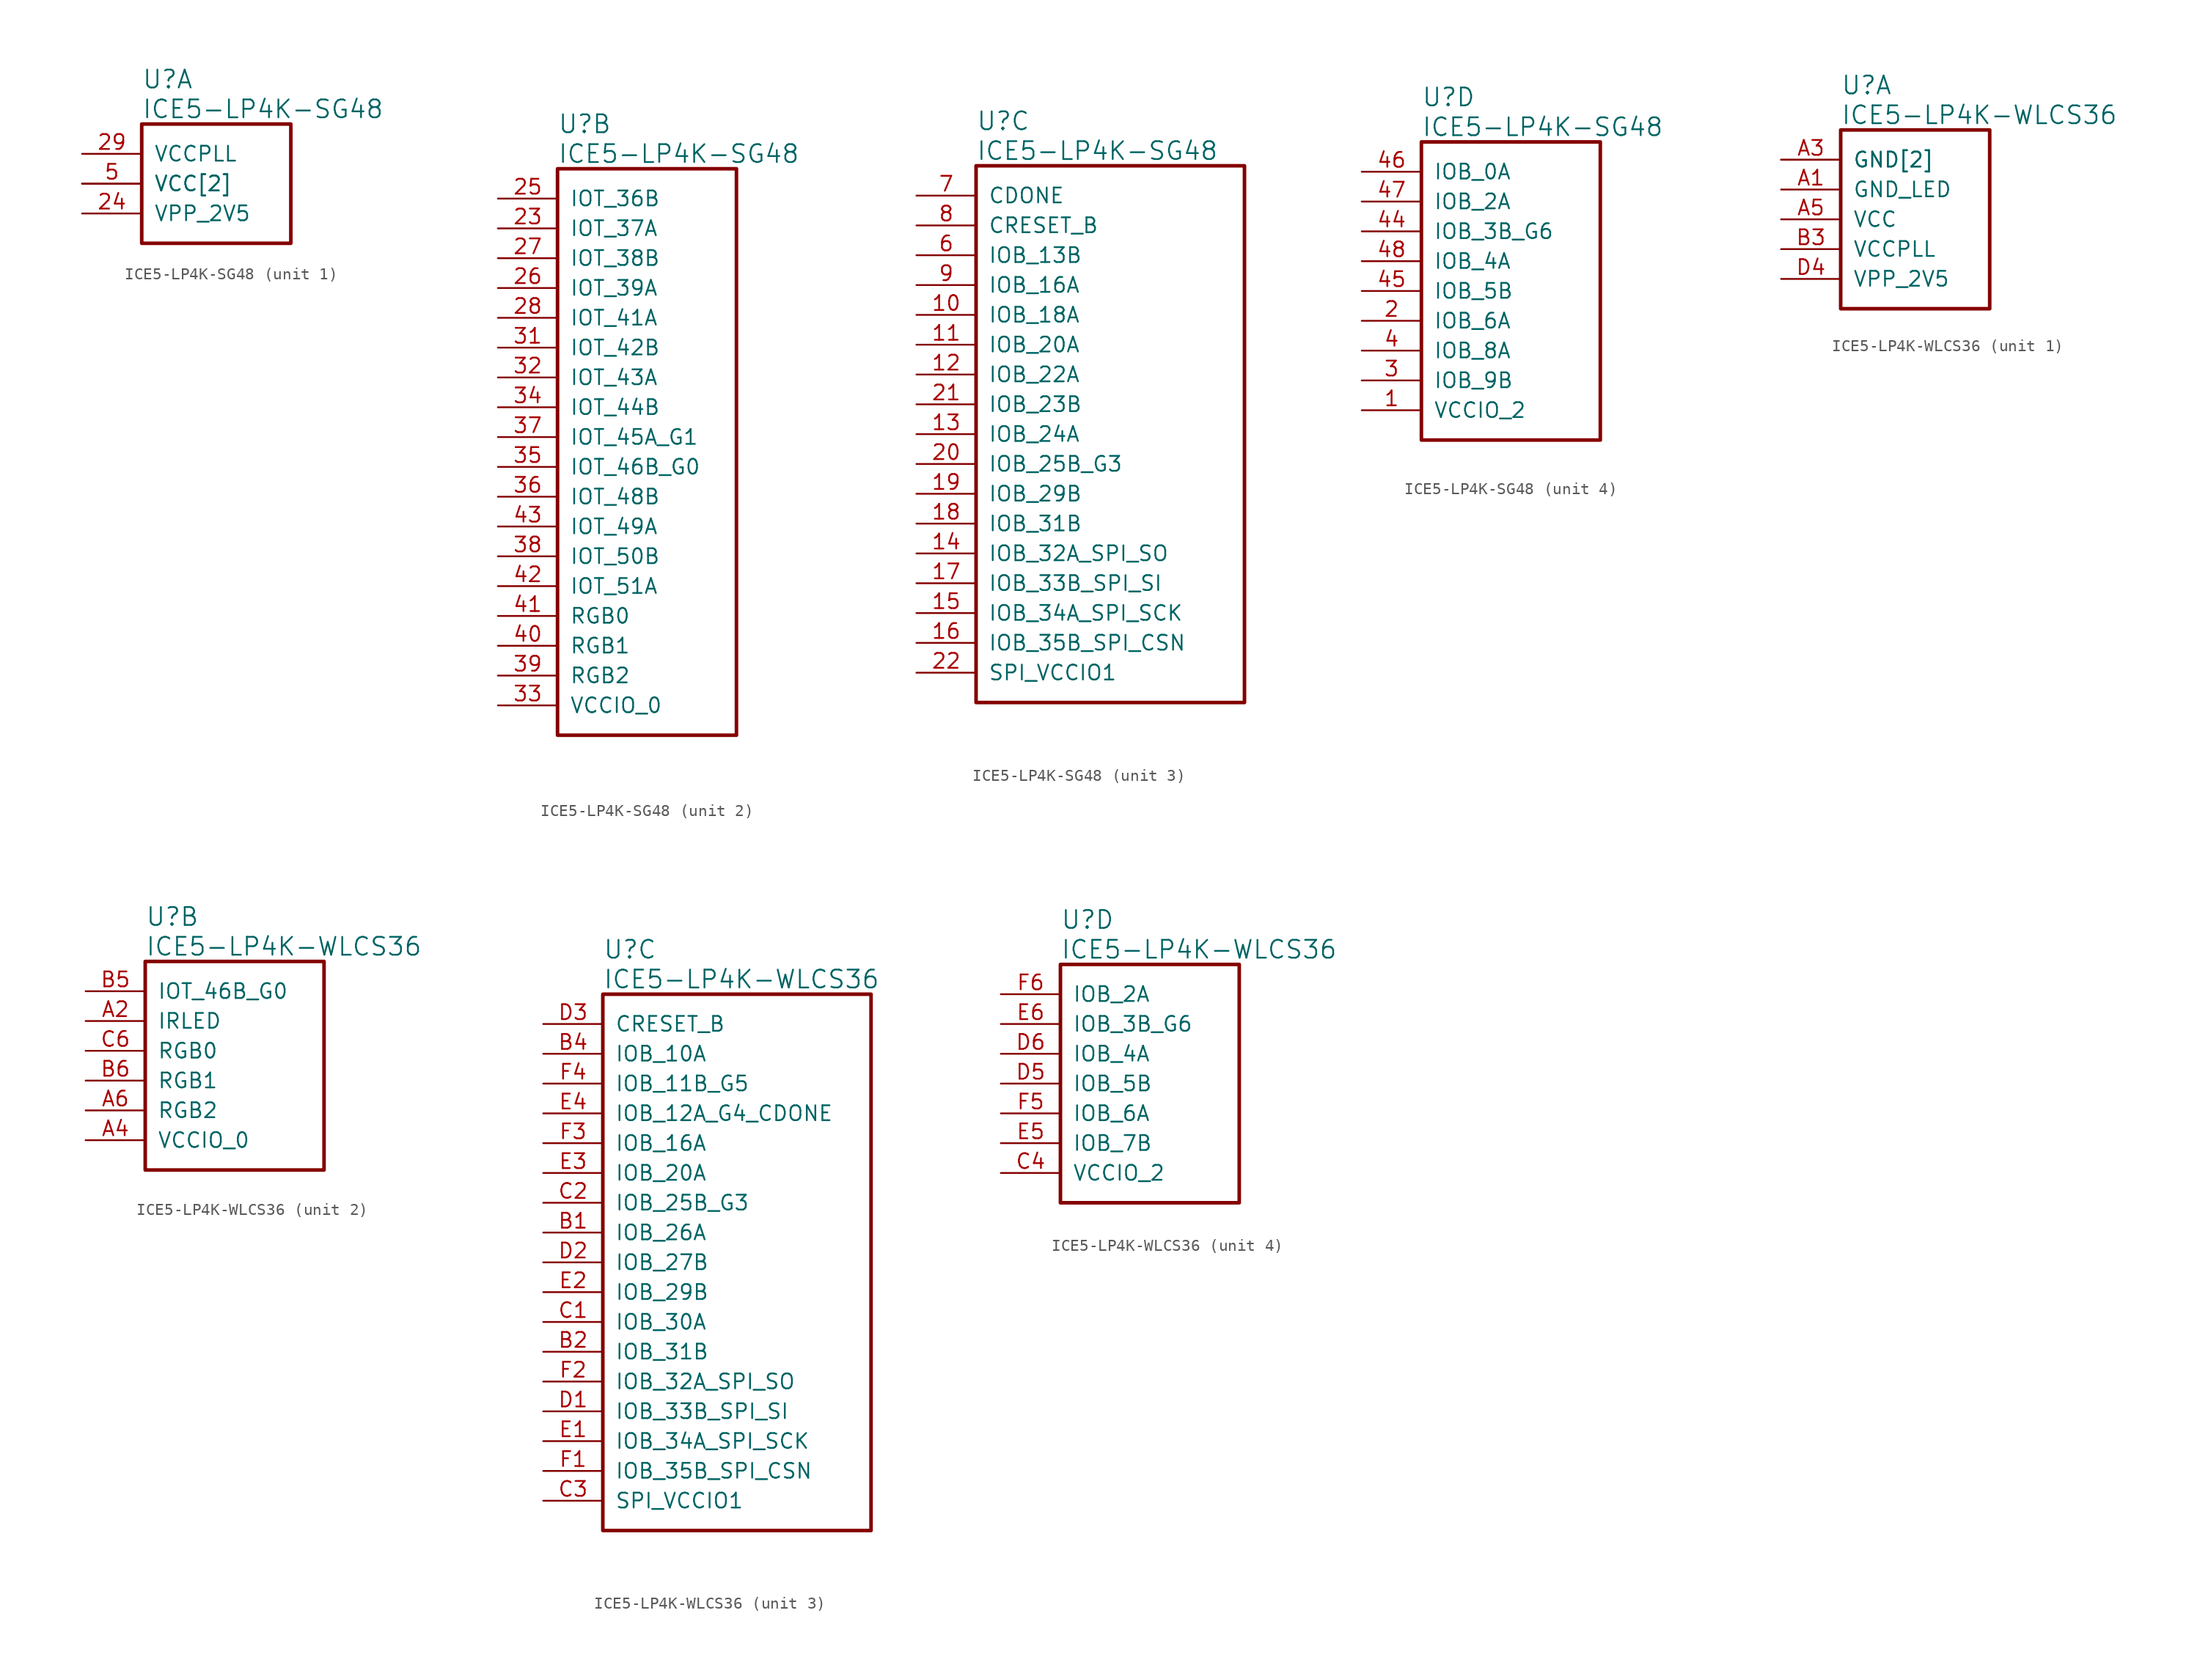
<source format=kicad_sym>
(kicad_symbol_lib
  (version 20241209)
  (generator "kicad_symbol_editor")
  (generator_version "9.0")
  (symbol "ICE5-LP4K-SG48"
    (pin_names
      (offset 1.016))
    (property "Reference" "U"
      (at 5.08 6.35 0)
      (effects (font (size 1.524 1.524)) (justify left)))
    (property "Value" "ICE5-LP4K-SG48"
      (at 5.08 3.81 0)
      (effects (font (size 1.524 1.524)) (justify left)))
    (property "ki_locked" ""
      (at 0 0 0)
      (effects (font (size 1.27 1.27))))
    (symbol "ICE5-LP4K-SG48_1_1"
      (rectangle (start 5.08 2.54) (end 17.78 -7.62) (stroke (width 0.305) (type solid)) (fill (type none)))
      (pin power_in line (at 0 0 0) (length 5.08) (name "VCCPLL" (effects (font (size 1.27 1.27)))) (number "29" (effects (font (size 1.27 1.27)))))
      (pin power_in line (at 0 -2.54 0) (length 5.08) (name "VCC[2]" (effects (font (size 1.27 1.27)))) (number "30" (effects (font (size 0 0)))))
      (pin power_in line (at 0 -2.54 0) (length 5.08) (name "VCC[2]" (effects (font (size 1.27 1.27)))) (number "5" (effects (font (size 1.27 1.27)))))
      (pin power_in line (at 0 -5.08 0) (length 5.08) (name "VPP_2V5" (effects (font (size 1.27 1.27)))) (number "24" (effects (font (size 1.27 1.27))))))
    (symbol "ICE5-LP4K-SG48_2_1"
      (rectangle (start 5.08 2.54) (end 20.32 -45.72) (stroke (width 0.305) (type solid)) (fill (type none)))
      (pin bidirectional line (at 0 0 0) (length 5.08) (name "IOT_36B" (effects (font (size 1.27 1.27)))) (number "25" (effects (font (size 1.27 1.27)))))
      (pin bidirectional line (at 0 -2.54 0) (length 5.08) (name "IOT_37A" (effects (font (size 1.27 1.27)))) (number "23" (effects (font (size 1.27 1.27)))))
      (pin bidirectional line (at 0 -5.08 0) (length 5.08) (name "IOT_38B" (effects (font (size 1.27 1.27)))) (number "27" (effects (font (size 1.27 1.27)))))
      (pin bidirectional line (at 0 -7.62 0) (length 5.08) (name "IOT_39A" (effects (font (size 1.27 1.27)))) (number "26" (effects (font (size 1.27 1.27)))))
      (pin bidirectional line (at 0 -10.16 0) (length 5.08) (name "IOT_41A" (effects (font (size 1.27 1.27)))) (number "28" (effects (font (size 1.27 1.27)))))
      (pin bidirectional line (at 0 -12.7 0) (length 5.08) (name "IOT_42B" (effects (font (size 1.27 1.27)))) (number "31" (effects (font (size 1.27 1.27)))))
      (pin bidirectional line (at 0 -15.24 0) (length 5.08) (name "IOT_43A" (effects (font (size 1.27 1.27)))) (number "32" (effects (font (size 1.27 1.27)))))
      (pin bidirectional line (at 0 -17.78 0) (length 5.08) (name "IOT_44B" (effects (font (size 1.27 1.27)))) (number "34" (effects (font (size 1.27 1.27)))))
      (pin bidirectional line (at 0 -20.32 0) (length 5.08) (name "IOT_45A_G1" (effects (font (size 1.27 1.27)))) (number "37" (effects (font (size 1.27 1.27)))))
      (pin bidirectional line (at 0 -22.86 0) (length 5.08) (name "IOT_46B_G0" (effects (font (size 1.27 1.27)))) (number "35" (effects (font (size 1.27 1.27)))))
      (pin bidirectional line (at 0 -25.4 0) (length 5.08) (name "IOT_48B" (effects (font (size 1.27 1.27)))) (number "36" (effects (font (size 1.27 1.27)))))
      (pin bidirectional line (at 0 -27.94 0) (length 5.08) (name "IOT_49A" (effects (font (size 1.27 1.27)))) (number "43" (effects (font (size 1.27 1.27)))))
      (pin bidirectional line (at 0 -30.48 0) (length 5.08) (name "IOT_50B" (effects (font (size 1.27 1.27)))) (number "38" (effects (font (size 1.27 1.27)))))
      (pin bidirectional line (at 0 -33.02 0) (length 5.08) (name "IOT_51A" (effects (font (size 1.27 1.27)))) (number "42" (effects (font (size 1.27 1.27)))))
      (pin bidirectional line (at 0 -35.56 0) (length 5.08) (name "RGB0" (effects (font (size 1.27 1.27)))) (number "41" (effects (font (size 1.27 1.27)))))
      (pin bidirectional line (at 0 -38.1 0) (length 5.08) (name "RGB1" (effects (font (size 1.27 1.27)))) (number "40" (effects (font (size 1.27 1.27)))))
      (pin bidirectional line (at 0 -40.64 0) (length 5.08) (name "RGB2" (effects (font (size 1.27 1.27)))) (number "39" (effects (font (size 1.27 1.27)))))
      (pin power_in line (at 0 -43.18 0) (length 5.08) (name "VCCIO_0" (effects (font (size 1.27 1.27)))) (number "33" (effects (font (size 1.27 1.27))))))
    (symbol "ICE5-LP4K-SG48_3_1"
      (rectangle (start 5.08 2.54) (end 27.94 -43.18) (stroke (width 0.305) (type solid)) (fill (type none)))
      (pin output line (at 0 0 0) (length 5.08) (name "CDONE" (effects (font (size 1.27 1.27)))) (number "7" (effects (font (size 1.27 1.27)))))
      (pin input line (at 0 -2.54 0) (length 5.08) (name "CRESET_B" (effects (font (size 1.27 1.27)))) (number "8" (effects (font (size 1.27 1.27)))))
      (pin bidirectional line (at 0 -5.08 0) (length 5.08) (name "IOB_13B" (effects (font (size 1.27 1.27)))) (number "6" (effects (font (size 1.27 1.27)))))
      (pin bidirectional line (at 0 -7.62 0) (length 5.08) (name "IOB_16A" (effects (font (size 1.27 1.27)))) (number "9" (effects (font (size 1.27 1.27)))))
      (pin bidirectional line (at 0 -10.16 0) (length 5.08) (name "IOB_18A" (effects (font (size 1.27 1.27)))) (number "10" (effects (font (size 1.27 1.27)))))
      (pin bidirectional line (at 0 -12.7 0) (length 5.08) (name "IOB_20A" (effects (font (size 1.27 1.27)))) (number "11" (effects (font (size 1.27 1.27)))))
      (pin bidirectional line (at 0 -15.24 0) (length 5.08) (name "IOB_22A" (effects (font (size 1.27 1.27)))) (number "12" (effects (font (size 1.27 1.27)))))
      (pin bidirectional line (at 0 -17.78 0) (length 5.08) (name "IOB_23B" (effects (font (size 1.27 1.27)))) (number "21" (effects (font (size 1.27 1.27)))))
      (pin bidirectional line (at 0 -20.32 0) (length 5.08) (name "IOB_24A" (effects (font (size 1.27 1.27)))) (number "13" (effects (font (size 1.27 1.27)))))
      (pin bidirectional line (at 0 -22.86 0) (length 5.08) (name "IOB_25B_G3" (effects (font (size 1.27 1.27)))) (number "20" (effects (font (size 1.27 1.27)))))
      (pin bidirectional line (at 0 -25.4 0) (length 5.08) (name "IOB_29B" (effects (font (size 1.27 1.27)))) (number "19" (effects (font (size 1.27 1.27)))))
      (pin bidirectional line (at 0 -27.94 0) (length 5.08) (name "IOB_31B" (effects (font (size 1.27 1.27)))) (number "18" (effects (font (size 1.27 1.27)))))
      (pin bidirectional line (at 0 -30.48 0) (length 5.08) (name "IOB_32A_SPI_SO" (effects (font (size 1.27 1.27)))) (number "14" (effects (font (size 1.27 1.27)))))
      (pin bidirectional line (at 0 -33.02 0) (length 5.08) (name "IOB_33B_SPI_SI" (effects (font (size 1.27 1.27)))) (number "17" (effects (font (size 1.27 1.27)))))
      (pin bidirectional line (at 0 -35.56 0) (length 5.08) (name "IOB_34A_SPI_SCK" (effects (font (size 1.27 1.27)))) (number "15" (effects (font (size 1.27 1.27)))))
      (pin bidirectional line (at 0 -38.1 0) (length 5.08) (name "IOB_35B_SPI_CSN" (effects (font (size 1.27 1.27)))) (number "16" (effects (font (size 1.27 1.27)))))
      (pin power_in line (at 0 -40.64 0) (length 5.08) (name "SPI_VCCIO1" (effects (font (size 1.27 1.27)))) (number "22" (effects (font (size 1.27 1.27))))))
    (symbol "ICE5-LP4K-SG48_4_1"
      (rectangle (start 5.08 2.54) (end 20.32 -22.86) (stroke (width 0.305) (type solid)) (fill (type none)))
      (pin bidirectional line (at 0 0 0) (length 5.08) (name "IOB_0A" (effects (font (size 1.27 1.27)))) (number "46" (effects (font (size 1.27 1.27)))))
      (pin bidirectional line (at 0 -2.54 0) (length 5.08) (name "IOB_2A" (effects (font (size 1.27 1.27)))) (number "47" (effects (font (size 1.27 1.27)))))
      (pin bidirectional line (at 0 -5.08 0) (length 5.08) (name "IOB_3B_G6" (effects (font (size 1.27 1.27)))) (number "44" (effects (font (size 1.27 1.27)))))
      (pin bidirectional line (at 0 -7.62 0) (length 5.08) (name "IOB_4A" (effects (font (size 1.27 1.27)))) (number "48" (effects (font (size 1.27 1.27)))))
      (pin bidirectional line (at 0 -10.16 0) (length 5.08) (name "IOB_5B" (effects (font (size 1.27 1.27)))) (number "45" (effects (font (size 1.27 1.27)))))
      (pin bidirectional line (at 0 -12.7 0) (length 5.08) (name "IOB_6A" (effects (font (size 1.27 1.27)))) (number "2" (effects (font (size 1.27 1.27)))))
      (pin bidirectional line (at 0 -15.24 0) (length 5.08) (name "IOB_8A" (effects (font (size 1.27 1.27)))) (number "4" (effects (font (size 1.27 1.27)))))
      (pin bidirectional line (at 0 -17.78 0) (length 5.08) (name "IOB_9B" (effects (font (size 1.27 1.27)))) (number "3" (effects (font (size 1.27 1.27)))))
      (pin power_in line (at 0 -20.32 0) (length 5.08) (name "VCCIO_2" (effects (font (size 1.27 1.27)))) (number "1" (effects (font (size 1.27 1.27)))))))
  (symbol "ICE5-LP4K-WLCS36"
    (pin_names
      (offset 1.016))
    (property "Reference" "U"
      (at 5.08 6.35 0)
      (effects (font (size 1.524 1.524)) (justify left)))
    (property "Value" "ICE5-LP4K-WLCS36"
      (at 5.08 3.81 0)
      (effects (font (size 1.524 1.524)) (justify left)))
    (property "ki_locked" ""
      (at 0 0 0)
      (effects (font (size 1.27 1.27))))
    (symbol "ICE5-LP4K-WLCS36_1_1"
      (rectangle (start 5.08 2.54) (end 17.78 -12.7) (stroke (width 0.305) (type solid)) (fill (type none)))
      (pin power_in line (at 0 0 0) (length 5.08) (name "GND[2]" (effects (font (size 1.27 1.27)))) (number "A3" (effects (font (size 1.27 1.27)))))
      (pin power_in line (at 0 0 0) (length 5.08) (name "GND[2]" (effects (font (size 1.27 1.27)))) (number "C5" (effects (font (size 0 0)))))
      (pin power_in line (at 0 -2.54 0) (length 5.08) (name "GND_LED" (effects (font (size 1.27 1.27)))) (number "A1" (effects (font (size 1.27 1.27)))))
      (pin power_in line (at 0 -5.08 0) (length 5.08) (name "VCC" (effects (font (size 1.27 1.27)))) (number "A5" (effects (font (size 1.27 1.27)))))
      (pin power_in line (at 0 -7.62 0) (length 5.08) (name "VCCPLL" (effects (font (size 1.27 1.27)))) (number "B3" (effects (font (size 1.27 1.27)))))
      (pin power_in line (at 0 -10.16 0) (length 5.08) (name "VPP_2V5" (effects (font (size 1.27 1.27)))) (number "D4" (effects (font (size 1.27 1.27))))))
    (symbol "ICE5-LP4K-WLCS36_2_1"
      (rectangle (start 5.08 2.54) (end 20.32 -15.24) (stroke (width 0.305) (type solid)) (fill (type none)))
      (pin bidirectional line (at 0 0 0) (length 5.08) (name "IOT_46B_G0" (effects (font (size 1.27 1.27)))) (number "B5" (effects (font (size 1.27 1.27)))))
      (pin bidirectional line (at 0 -2.54 0) (length 5.08) (name "IRLED" (effects (font (size 1.27 1.27)))) (number "A2" (effects (font (size 1.27 1.27)))))
      (pin bidirectional line (at 0 -5.08 0) (length 5.08) (name "RGB0" (effects (font (size 1.27 1.27)))) (number "C6" (effects (font (size 1.27 1.27)))))
      (pin bidirectional line (at 0 -7.62 0) (length 5.08) (name "RGB1" (effects (font (size 1.27 1.27)))) (number "B6" (effects (font (size 1.27 1.27)))))
      (pin bidirectional line (at 0 -10.16 0) (length 5.08) (name "RGB2" (effects (font (size 1.27 1.27)))) (number "A6" (effects (font (size 1.27 1.27)))))
      (pin power_in line (at 0 -12.7 0) (length 5.08) (name "VCCIO_0" (effects (font (size 1.27 1.27)))) (number "A4" (effects (font (size 1.27 1.27))))))
    (symbol "ICE5-LP4K-WLCS36_3_1"
      (rectangle (start 5.08 2.54) (end 27.94 -43.18) (stroke (width 0.305) (type solid)) (fill (type none)))
      (pin input line (at 0 0 0) (length 5.08) (name "CRESET_B" (effects (font (size 1.27 1.27)))) (number "D3" (effects (font (size 1.27 1.27)))))
      (pin bidirectional line (at 0 -2.54 0) (length 5.08) (name "IOB_10A" (effects (font (size 1.27 1.27)))) (number "B4" (effects (font (size 1.27 1.27)))))
      (pin bidirectional line (at 0 -5.08 0) (length 5.08) (name "IOB_11B_G5" (effects (font (size 1.27 1.27)))) (number "F4" (effects (font (size 1.27 1.27)))))
      (pin bidirectional line (at 0 -7.62 0) (length 5.08) (name "IOB_12A_G4_CDONE" (effects (font (size 1.27 1.27)))) (number "E4" (effects (font (size 1.27 1.27)))))
      (pin bidirectional line (at 0 -10.16 0) (length 5.08) (name "IOB_16A" (effects (font (size 1.27 1.27)))) (number "F3" (effects (font (size 1.27 1.27)))))
      (pin bidirectional line (at 0 -12.7 0) (length 5.08) (name "IOB_20A" (effects (font (size 1.27 1.27)))) (number "E3" (effects (font (size 1.27 1.27)))))
      (pin bidirectional line (at 0 -15.24 0) (length 5.08) (name "IOB_25B_G3" (effects (font (size 1.27 1.27)))) (number "C2" (effects (font (size 1.27 1.27)))))
      (pin bidirectional line (at 0 -17.78 0) (length 5.08) (name "IOB_26A" (effects (font (size 1.27 1.27)))) (number "B1" (effects (font (size 1.27 1.27)))))
      (pin bidirectional line (at 0 -20.32 0) (length 5.08) (name "IOB_27B" (effects (font (size 1.27 1.27)))) (number "D2" (effects (font (size 1.27 1.27)))))
      (pin bidirectional line (at 0 -22.86 0) (length 5.08) (name "IOB_29B" (effects (font (size 1.27 1.27)))) (number "E2" (effects (font (size 1.27 1.27)))))
      (pin bidirectional line (at 0 -25.4 0) (length 5.08) (name "IOB_30A" (effects (font (size 1.27 1.27)))) (number "C1" (effects (font (size 1.27 1.27)))))
      (pin bidirectional line (at 0 -27.94 0) (length 5.08) (name "IOB_31B" (effects (font (size 1.27 1.27)))) (number "B2" (effects (font (size 1.27 1.27)))))
      (pin bidirectional line (at 0 -30.48 0) (length 5.08) (name "IOB_32A_SPI_SO" (effects (font (size 1.27 1.27)))) (number "F2" (effects (font (size 1.27 1.27)))))
      (pin bidirectional line (at 0 -33.02 0) (length 5.08) (name "IOB_33B_SPI_SI" (effects (font (size 1.27 1.27)))) (number "D1" (effects (font (size 1.27 1.27)))))
      (pin bidirectional line (at 0 -35.56 0) (length 5.08) (name "IOB_34A_SPI_SCK" (effects (font (size 1.27 1.27)))) (number "E1" (effects (font (size 1.27 1.27)))))
      (pin bidirectional line (at 0 -38.1 0) (length 5.08) (name "IOB_35B_SPI_CSN" (effects (font (size 1.27 1.27)))) (number "F1" (effects (font (size 1.27 1.27)))))
      (pin power_in line (at 0 -40.64 0) (length 5.08) (name "SPI_VCCIO1" (effects (font (size 1.27 1.27)))) (number "C3" (effects (font (size 1.27 1.27))))))
    (symbol "ICE5-LP4K-WLCS36_4_1"
      (rectangle (start 5.08 2.54) (end 20.32 -17.78) (stroke (width 0.305) (type solid)) (fill (type none)))
      (pin bidirectional line (at 0 0 0) (length 5.08) (name "IOB_2A" (effects (font (size 1.27 1.27)))) (number "F6" (effects (font (size 1.27 1.27)))))
      (pin bidirectional line (at 0 -2.54 0) (length 5.08) (name "IOB_3B_G6" (effects (font (size 1.27 1.27)))) (number "E6" (effects (font (size 1.27 1.27)))))
      (pin bidirectional line (at 0 -5.08 0) (length 5.08) (name "IOB_4A" (effects (font (size 1.27 1.27)))) (number "D6" (effects (font (size 1.27 1.27)))))
      (pin bidirectional line (at 0 -7.62 0) (length 5.08) (name "IOB_5B" (effects (font (size 1.27 1.27)))) (number "D5" (effects (font (size 1.27 1.27)))))
      (pin bidirectional line (at 0 -10.16 0) (length 5.08) (name "IOB_6A" (effects (font (size 1.27 1.27)))) (number "F5" (effects (font (size 1.27 1.27)))))
      (pin bidirectional line (at 0 -12.7 0) (length 5.08) (name "IOB_7B" (effects (font (size 1.27 1.27)))) (number "E5" (effects (font (size 1.27 1.27)))))
      (pin power_in line (at 0 -15.24 0) (length 5.08) (name "VCCIO_2" (effects (font (size 1.27 1.27)))) (number "C4" (effects (font (size 1.27 1.27))))))))
</source>
